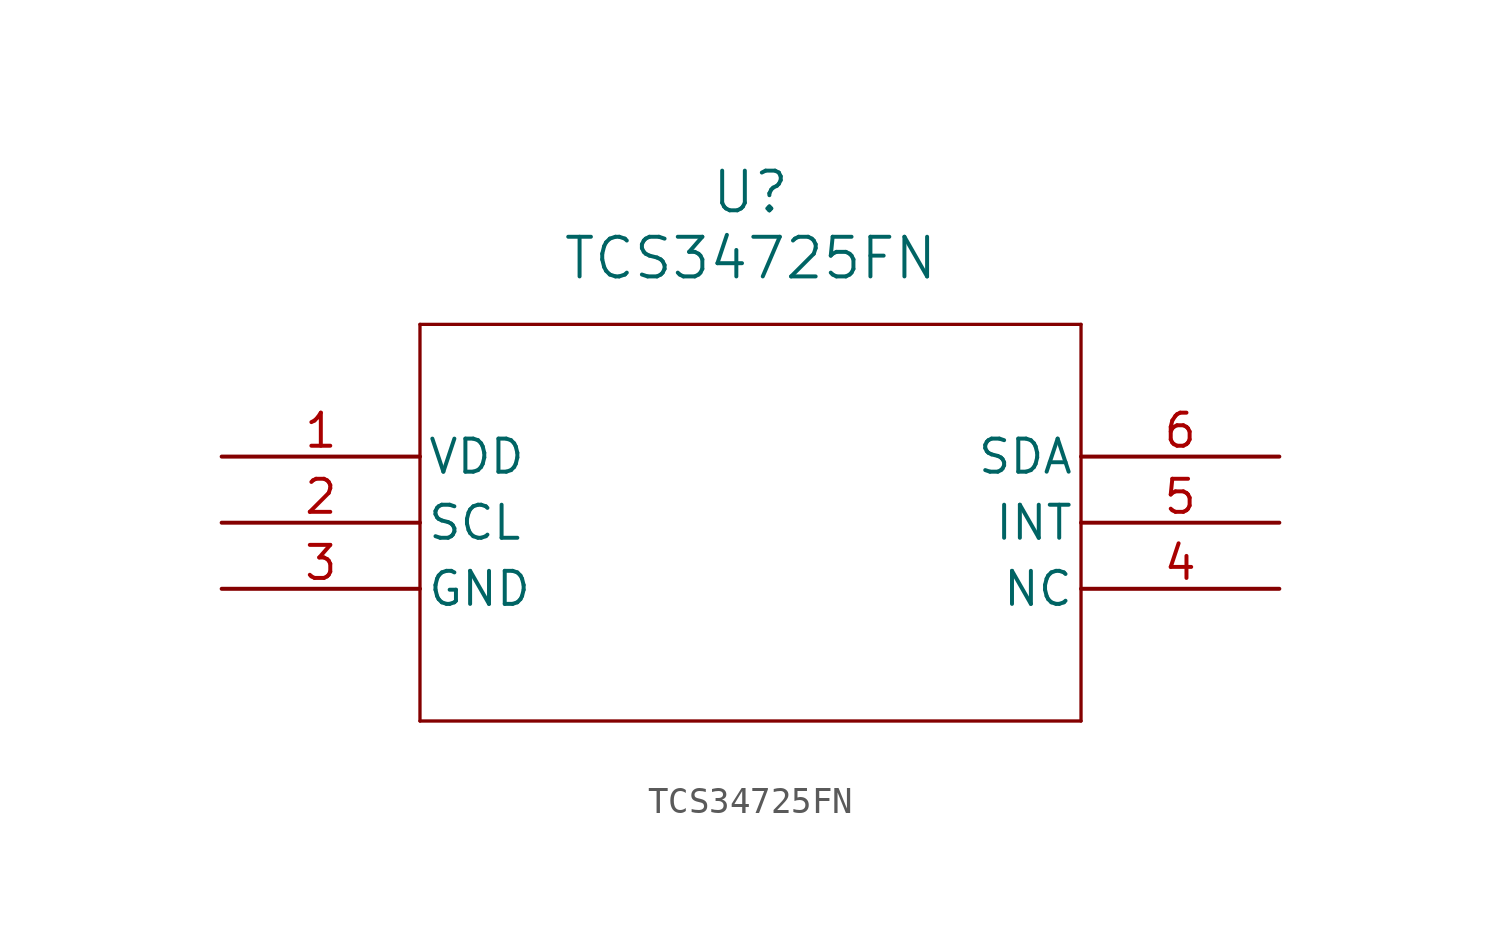
<source format=kicad_sym>
(kicad_symbol_lib
  (version 20211014)
  (generator kicad_symbol_editor)
  (symbol "TCS34725FN"
    (pin_names
      (offset 0.254))
    (property "Reference" "U"
      (at 20.32 10.16 0)
      (effects (font (size 1.524 1.524))))
    (property "Value" "TCS34725FN"
      (at 20.32 7.62 0)
      (effects (font (size 1.524 1.524))))
    (symbol "TCS34725FN_0_1"
      (polyline (pts (xy 7.62 5.08) (xy 7.62 -10.16)) (stroke (width 0.127) (type default) (color 0 0 0 0)) (fill (type none)))
      (polyline (pts (xy 7.62 -10.16) (xy 33.02 -10.16)) (stroke (width 0.127) (type default) (color 0 0 0 0)) (fill (type none)))
      (polyline (pts (xy 33.02 -10.16) (xy 33.02 5.08)) (stroke (width 0.127) (type default) (color 0 0 0 0)) (fill (type none)))
      (polyline (pts (xy 33.02 5.08) (xy 7.62 5.08)) (stroke (width 0.127) (type default) (color 0 0 0 0)) (fill (type none)))
      (pin unspecified line (at 0 0 0) (length 7.62) (name "VDD" (effects (font (size 1.27 1.27)))) (number "1" (effects (font (size 1.27 1.27)))))
      (pin unspecified line (at 0 -2.54 0) (length 7.62) (name "SCL" (effects (font (size 1.27 1.27)))) (number "2" (effects (font (size 1.27 1.27)))))
      (pin unspecified line (at 0 -5.08 0) (length 7.62) (name "GND" (effects (font (size 1.27 1.27)))) (number "3" (effects (font (size 1.27 1.27)))))
      (pin unspecified line (at 40.64 -5.08 180) (length 7.62) (name "NC" (effects (font (size 1.27 1.27)))) (number "4" (effects (font (size 1.27 1.27)))))
      (pin unspecified line (at 40.64 -2.54 180) (length 7.62) (name "INT" (effects (font (size 1.27 1.27)))) (number "5" (effects (font (size 1.27 1.27)))))
      (pin unspecified line (at 40.64 0 180) (length 7.62) (name "SDA" (effects (font (size 1.27 1.27)))) (number "6" (effects (font (size 1.27 1.27))))))))
</source>
